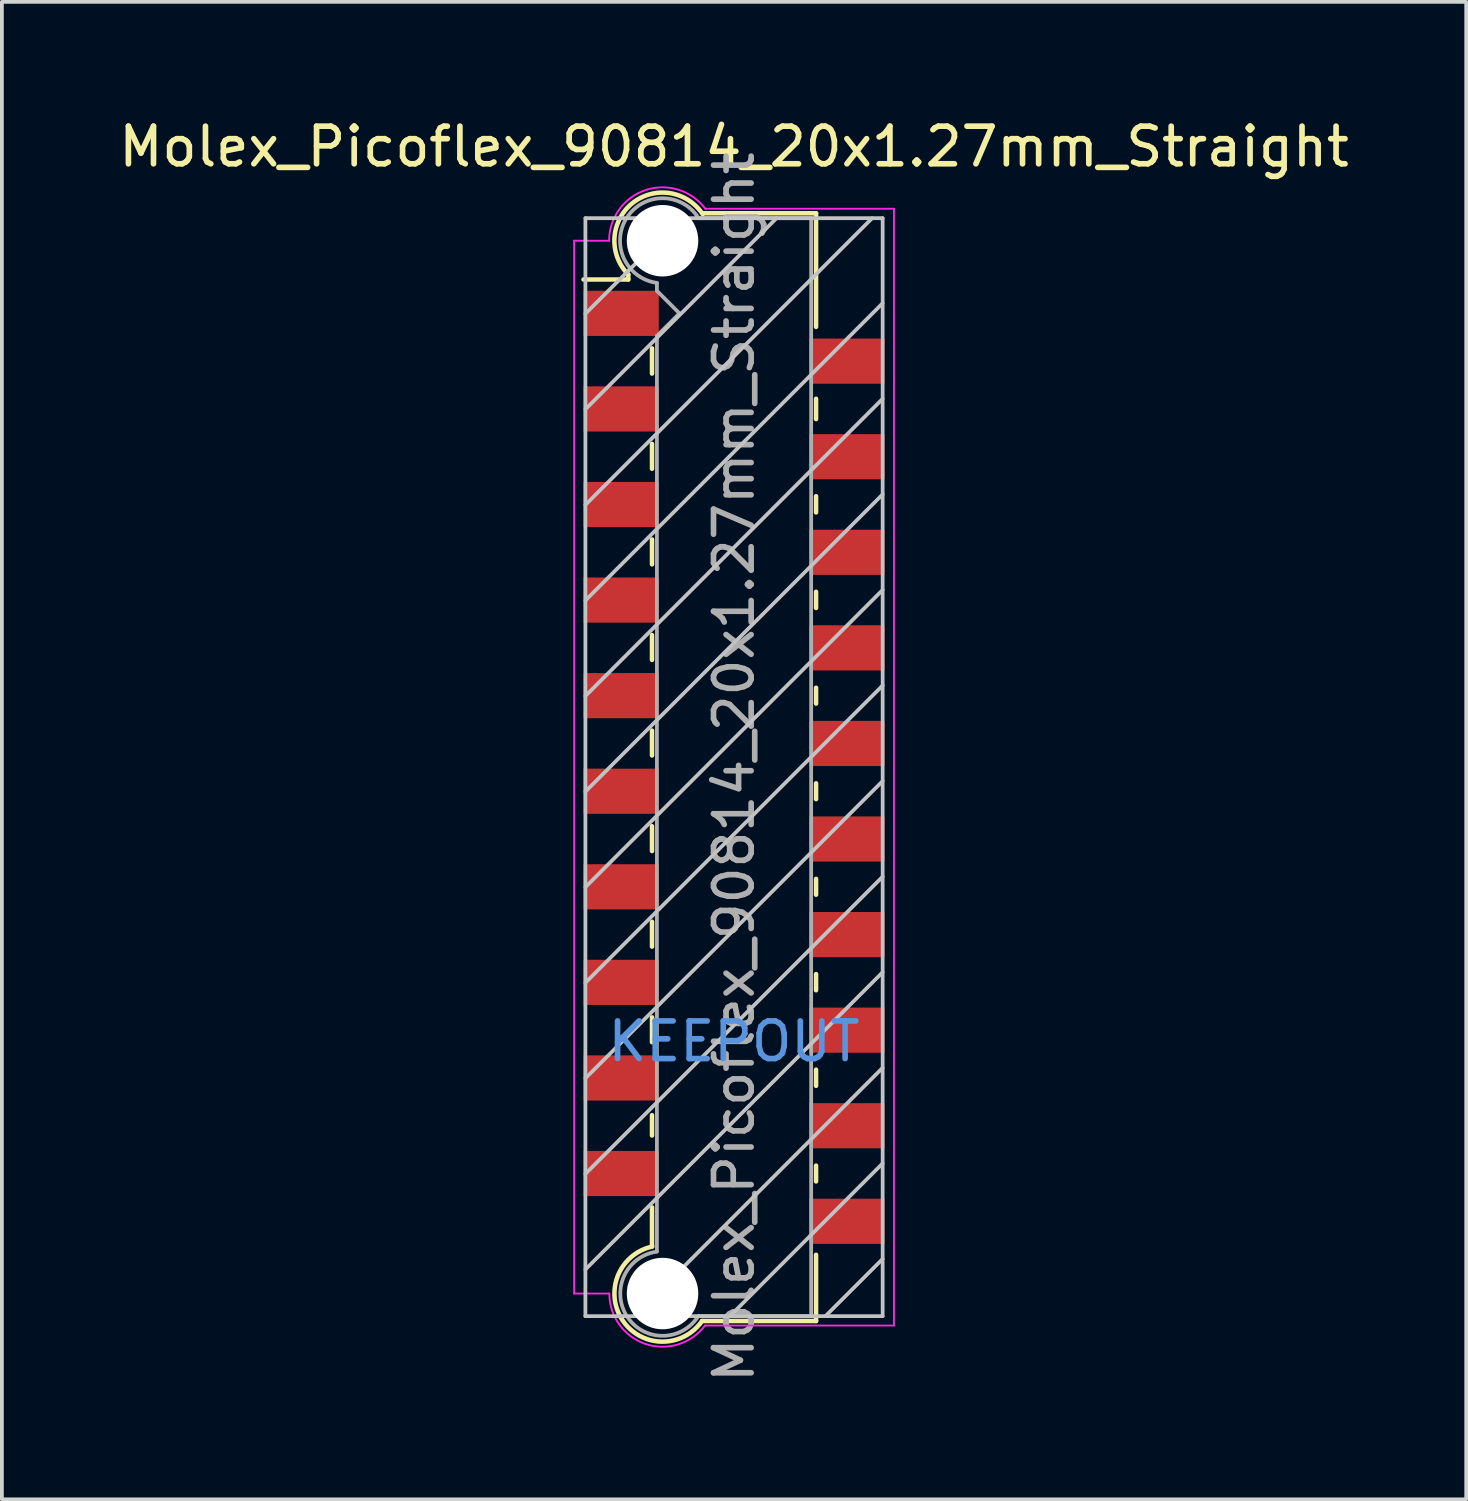
<source format=kicad_pcb>
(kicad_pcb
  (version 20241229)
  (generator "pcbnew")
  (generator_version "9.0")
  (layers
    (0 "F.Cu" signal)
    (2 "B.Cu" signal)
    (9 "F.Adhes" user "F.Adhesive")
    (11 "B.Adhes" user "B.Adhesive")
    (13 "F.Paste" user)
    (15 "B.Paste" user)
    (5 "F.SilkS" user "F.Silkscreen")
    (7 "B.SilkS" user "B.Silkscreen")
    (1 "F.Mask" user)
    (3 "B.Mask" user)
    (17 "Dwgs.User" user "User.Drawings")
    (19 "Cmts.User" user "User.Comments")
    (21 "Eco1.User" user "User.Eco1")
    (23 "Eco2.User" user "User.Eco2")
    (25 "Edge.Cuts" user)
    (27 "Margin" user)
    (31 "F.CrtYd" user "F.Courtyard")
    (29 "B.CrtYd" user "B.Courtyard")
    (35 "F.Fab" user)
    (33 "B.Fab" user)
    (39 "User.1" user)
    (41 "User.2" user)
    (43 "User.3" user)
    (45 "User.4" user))
  (footprint "Molex_Picoflex_90814_20x1.27mm_Straight"
    (layer "F.Cu")
    (at 16.458 17.338)
    (property "Reference" "Molex_Picoflex_90814_20x1.27mm_Straight" (at 0 -16.49 0) (layer "F.SilkS") (effects (font (size 1 1) (thickness 0.15))))
    (attr smd)
    (fp_line (start -2.81 -13.09) (end -2.81 -12.96) (stroke (width 0.12) (type solid)) (layer "F.SilkS"))
    (fp_line (start -2.81 -12.96) (end -4 -12.96) (stroke (width 0.12) (type solid)) (layer "F.SilkS"))
    (fp_line (start -2.18 -10.46) (end -2.18 -11.13) (stroke (width 0.12) (type solid)) (layer "F.SilkS"))
    (fp_line (start -2.18 -7.93) (end -2.18 -8.59) (stroke (width 0.12) (type solid)) (layer "F.SilkS"))
    (fp_line (start -2.18 -5.39) (end -2.18 -6.05) (stroke (width 0.12) (type solid)) (layer "F.SilkS"))
    (fp_line (start -2.18 -2.85) (end -2.18 -3.51) (stroke (width 0.12) (type solid)) (layer "F.SilkS"))
    (fp_line (start -2.18 -0.31) (end -2.18 -0.97) (stroke (width 0.12) (type solid)) (layer "F.SilkS"))
    (fp_line (start -2.18 2.23) (end -2.18 1.57) (stroke (width 0.12) (type solid)) (layer "F.SilkS"))
    (fp_line (start -2.18 4.77) (end -2.18 4.11) (stroke (width 0.12) (type solid)) (layer "F.SilkS"))
    (fp_line (start -2.18 7.31) (end -2.18 6.65) (stroke (width 0.12) (type solid)) (layer "F.SilkS"))
    (fp_line (start -2.18 9.79) (end -2.18 9.25) (stroke (width 0.12) (type solid)) (layer "F.SilkS"))
    (fp_line (start -2.18 12.74) (end -2.18 11.7) (stroke (width 0.12) (type solid)) (layer "F.SilkS"))
    (fp_line (start 2.18 -14.72) (end -0.82 -14.72) (stroke (width 0.12) (type solid)) (layer "F.SilkS"))
    (fp_line (start 2.18 -14.72) (end 2.18 -11.7) (stroke (width 0.12) (type solid)) (layer "F.SilkS"))
    (fp_line (start 2.18 -9.79) (end 2.18 -9.25) (stroke (width 0.12) (type solid)) (layer "F.SilkS"))
    (fp_line (start 2.18 -7.2) (end 2.18 -6.77) (stroke (width 0.12) (type solid)) (layer "F.SilkS"))
    (fp_line (start 2.18 -4.66) (end 2.18 -4.23) (stroke (width 0.12) (type solid)) (layer "F.SilkS"))
    (fp_line (start 2.18 -2.11) (end 2.18 -1.69) (stroke (width 0.12) (type solid)) (layer "F.SilkS"))
    (fp_line (start 2.18 0.43) (end 2.18 0.85) (stroke (width 0.12) (type solid)) (layer "F.SilkS"))
    (fp_line (start 2.18 2.97) (end 2.18 3.39) (stroke (width 0.12) (type solid)) (layer "F.SilkS"))
    (fp_line (start 2.18 5.5) (end 2.18 5.93) (stroke (width 0.12) (type solid)) (layer "F.SilkS"))
    (fp_line (start 2.18 8.04) (end 2.18 8.47) (stroke (width 0.12) (type solid)) (layer "F.SilkS"))
    (fp_line (start 2.18 10.59) (end 2.18 11.01) (stroke (width 0.12) (type solid)) (layer "F.SilkS"))
    (fp_line (start 2.18 12.96) (end 2.18 14.72) (stroke (width 0.12) (type solid)) (layer "F.SilkS"))
    (fp_line (start 2.18 14.72) (end -0.85 14.72) (stroke (width 0.12) (type solid)) (layer "F.SilkS"))
    (fp_arc (start -2.81 -13.09) (mid -2.708637 -14.982072) (end -0.834991 -14.699828) (stroke (width 0.12) (type solid)) (layer "F.SilkS"))
    (fp_arc (start -0.85 14.72) (mid -2.962791 14.701248) (end -2.174424 12.740964) (stroke (width 0.12) (type solid)) (layer "F.SilkS"))
    (fp_line (start -3.95 -14.59) (end -3.95 14.59) (stroke (width 0.1) (type solid)) (layer "Dwgs.User"))
    (fp_line (start -3.95 -12.05) (end -1.41 -14.59) (stroke (width 0.1) (type solid)) (layer "Dwgs.User"))
    (fp_line (start -3.95 -9.51) (end 1.13 -14.59) (stroke (width 0.1) (type solid)) (layer "Dwgs.User"))
    (fp_line (start -3.95 -6.97) (end 3.67 -14.59) (stroke (width 0.1) (type solid)) (layer "Dwgs.User"))
    (fp_line (start -3.95 -4.43) (end 3.95 -12.33) (stroke (width 0.1) (type solid)) (layer "Dwgs.User"))
    (fp_line (start -3.95 -1.89) (end 3.95 -9.79) (stroke (width 0.1) (type solid)) (layer "Dwgs.User"))
    (fp_line (start -3.95 0.65) (end 3.95 -7.25) (stroke (width 0.1) (type solid)) (layer "Dwgs.User"))
    (fp_line (start -3.95 3.19) (end 3.95 -4.71) (stroke (width 0.1) (type solid)) (layer "Dwgs.User"))
    (fp_line (start -3.95 5.73) (end 3.95 -2.17) (stroke (width 0.1) (type solid)) (layer "Dwgs.User"))
    (fp_line (start -3.95 8.27) (end 3.95 0.37) (stroke (width 0.1) (type solid)) (layer "Dwgs.User"))
    (fp_line (start -3.95 10.81) (end 3.95 2.91) (stroke (width 0.1) (type solid)) (layer "Dwgs.User"))
    (fp_line (start -3.95 13.35) (end 3.95 5.45) (stroke (width 0.1) (type solid)) (layer "Dwgs.User"))
    (fp_line (start -3.95 14.59) (end 3.95 14.59) (stroke (width 0.1) (type solid)) (layer "Dwgs.User"))
    (fp_line (start -2.65 14.59) (end 3.95 7.99) (stroke (width 0.1) (type solid)) (layer "Dwgs.User"))
    (fp_line (start -0.11 14.59) (end 3.95 10.53) (stroke (width 0.1) (type solid)) (layer "Dwgs.User"))
    (fp_line (start 2.43 14.59) (end 3.95 13.07) (stroke (width 0.1) (type solid)) (layer "Dwgs.User"))
    (fp_line (start 3.95 -14.59) (end -3.95 -14.59) (stroke (width 0.1) (type solid)) (layer "Dwgs.User"))
    (fp_line (start 3.95 14.59) (end 3.95 -14.59) (stroke (width 0.1) (type solid)) (layer "Dwgs.User"))
    (fp_line (start -4.25 13.99) (end -4.25 -13.99) (stroke (width 0.05) (type solid)) (layer "F.CrtYd"))
    (fp_line (start -3.32 -13.99) (end -4.25 -13.99) (stroke (width 0.05) (type solid)) (layer "F.CrtYd"))
    (fp_line (start -3.32 13.99) (end -4.25 13.99) (stroke (width 0.05) (type solid)) (layer "F.CrtYd"))
    (fp_line (start 4.25 -14.84) (end -0.76 -14.84) (stroke (width 0.05) (type solid)) (layer "F.CrtYd"))
    (fp_line (start 4.25 -14.84) (end 4.25 14.84) (stroke (width 0.05) (type solid)) (layer "F.CrtYd"))
    (fp_line (start 4.25 14.84) (end -0.77 14.84) (stroke (width 0.05) (type solid)) (layer "F.CrtYd"))
    (fp_arc (start -3.32 -13.99) (mid -2.344692 -15.338573) (end -0.758523 -14.834648) (stroke (width 0.05) (type solid)) (layer "F.CrtYd"))
    (fp_arc (start -0.77 14.84) (mid -2.348691 15.330924) (end -3.314001 13.988743) (stroke (width 0.05) (type solid)) (layer "F.CrtYd"))
    (fp_line (start -2.05 -12.66) (end -2.05 -12.87) (stroke (width 0.1) (type solid)) (layer "F.Fab"))
    (fp_line (start -2.05 -11.46) (end -1.45 -12.06) (stroke (width 0.1) (type solid)) (layer "F.Fab"))
    (fp_line (start -2.05 12.87) (end -2.05 -11.46) (stroke (width 0.1) (type solid)) (layer "F.Fab"))
    (fp_line (start -1.45 -12.06) (end -2.05 -12.66) (stroke (width 0.1) (type solid)) (layer "F.Fab"))
    (fp_line (start 2.05 -14.59) (end -0.93 -14.59) (stroke (width 0.1) (type solid)) (layer "F.Fab"))
    (fp_line (start 2.05 -14.59) (end 2.05 14.59) (stroke (width 0.1) (type solid)) (layer "F.Fab"))
    (fp_line (start 2.05 14.59) (end -0.95 14.59) (stroke (width 0.1) (type solid)) (layer "F.Fab"))
    (fp_arc (start -2.05 -12.87) (mid -2.851672 -14.599279) (end -0.945612 -14.595015) (stroke (width 0.1) (type solid)) (layer "F.Fab"))
    (fp_arc (start -0.95 14.59) (mid -2.845272 14.597422) (end -2.051022 12.876585) (stroke (width 0.1) (type solid)) (layer "F.Fab"))
    (fp_text user "KEEPOUT" (at 0 7.29 0) (layer "Cmts.User") (effects (font (size 1 1) (thickness 0.15))))
    (fp_text user "${REFERENCE}" (at 0 0 90) (layer "F.Fab") (effects (font (size 1 1) (thickness 0.15))))
    (pad "" np_thru_hole circle (at -1.9 -13.99) (size 1.9 1.9) (drill 1.9) (layers "*.Cu"))
    (pad "" np_thru_hole circle (at -1.9 13.99) (size 1.9 1.9) (drill 1.9) (layers "*.Cu"))
    (pad "1" smd rect (at -3 -12.06) (size 2 1.2) (layers "F.Cu" "F.Mask" "F.Paste"))
    (pad "2" smd rect (at 3 -10.79) (size 2 1.2) (layers "F.Cu" "F.Mask" "F.Paste"))
    (pad "3" smd rect (at -3 -9.52) (size 2 1.2) (layers "F.Cu" "F.Mask" "F.Paste"))
    (pad "4" smd rect (at 3 -8.25) (size 2 1.2) (layers "F.Cu" "F.Mask" "F.Paste"))
    (pad "5" smd rect (at -3 -6.98) (size 2 1.2) (layers "F.Cu" "F.Mask" "F.Paste"))
    (pad "6" smd rect (at 3 -5.71) (size 2 1.2) (layers "F.Cu" "F.Mask" "F.Paste"))
    (pad "7" smd rect (at -3 -4.44) (size 2 1.2) (layers "F.Cu" "F.Mask" "F.Paste"))
    (pad "8" smd rect (at 3 -3.17) (size 2 1.2) (layers "F.Cu" "F.Mask" "F.Paste"))
    (pad "9" smd rect (at -3 -1.9) (size 2 1.2) (layers "F.Cu" "F.Mask" "F.Paste"))
    (pad "10" smd rect (at 3 -0.63) (size 2 1.2) (layers "F.Cu" "F.Mask" "F.Paste"))
    (pad "11" smd rect (at -3 0.64) (size 2 1.2) (layers "F.Cu" "F.Mask" "F.Paste"))
    (pad "12" smd rect (at 3 1.91) (size 2 1.2) (layers "F.Cu" "F.Mask" "F.Paste"))
    (pad "13" smd rect (at -3 3.18) (size 2 1.2) (layers "F.Cu" "F.Mask" "F.Paste"))
    (pad "14" smd rect (at 3 4.45) (size 2 1.2) (layers "F.Cu" "F.Mask" "F.Paste"))
    (pad "15" smd rect (at -3 5.72) (size 2 1.2) (layers "F.Cu" "F.Mask" "F.Paste"))
    (pad "16" smd rect (at 3 6.99) (size 2 1.2) (layers "F.Cu" "F.Mask" "F.Paste"))
    (pad "17" smd rect (at -3 8.26) (size 2 1.2) (layers "F.Cu" "F.Mask" "F.Paste"))
    (pad "18" smd rect (at 3 9.53) (size 2 1.2) (layers "F.Cu" "F.Mask" "F.Paste"))
    (pad "19" smd rect (at -3 10.8) (size 2 1.2) (layers "F.Cu" "F.Mask" "F.Paste"))
    (pad "20" smd rect (at 3 12.07) (size 2 1.2) (layers "F.Cu" "F.Mask" "F.Paste")))
  (gr_rect
    (start -3 -3)
    (end 35.917 36.797)
    (stroke (width 0.1) (type default))
    (fill no)
    (layer "Edge.Cuts")))
</source>
